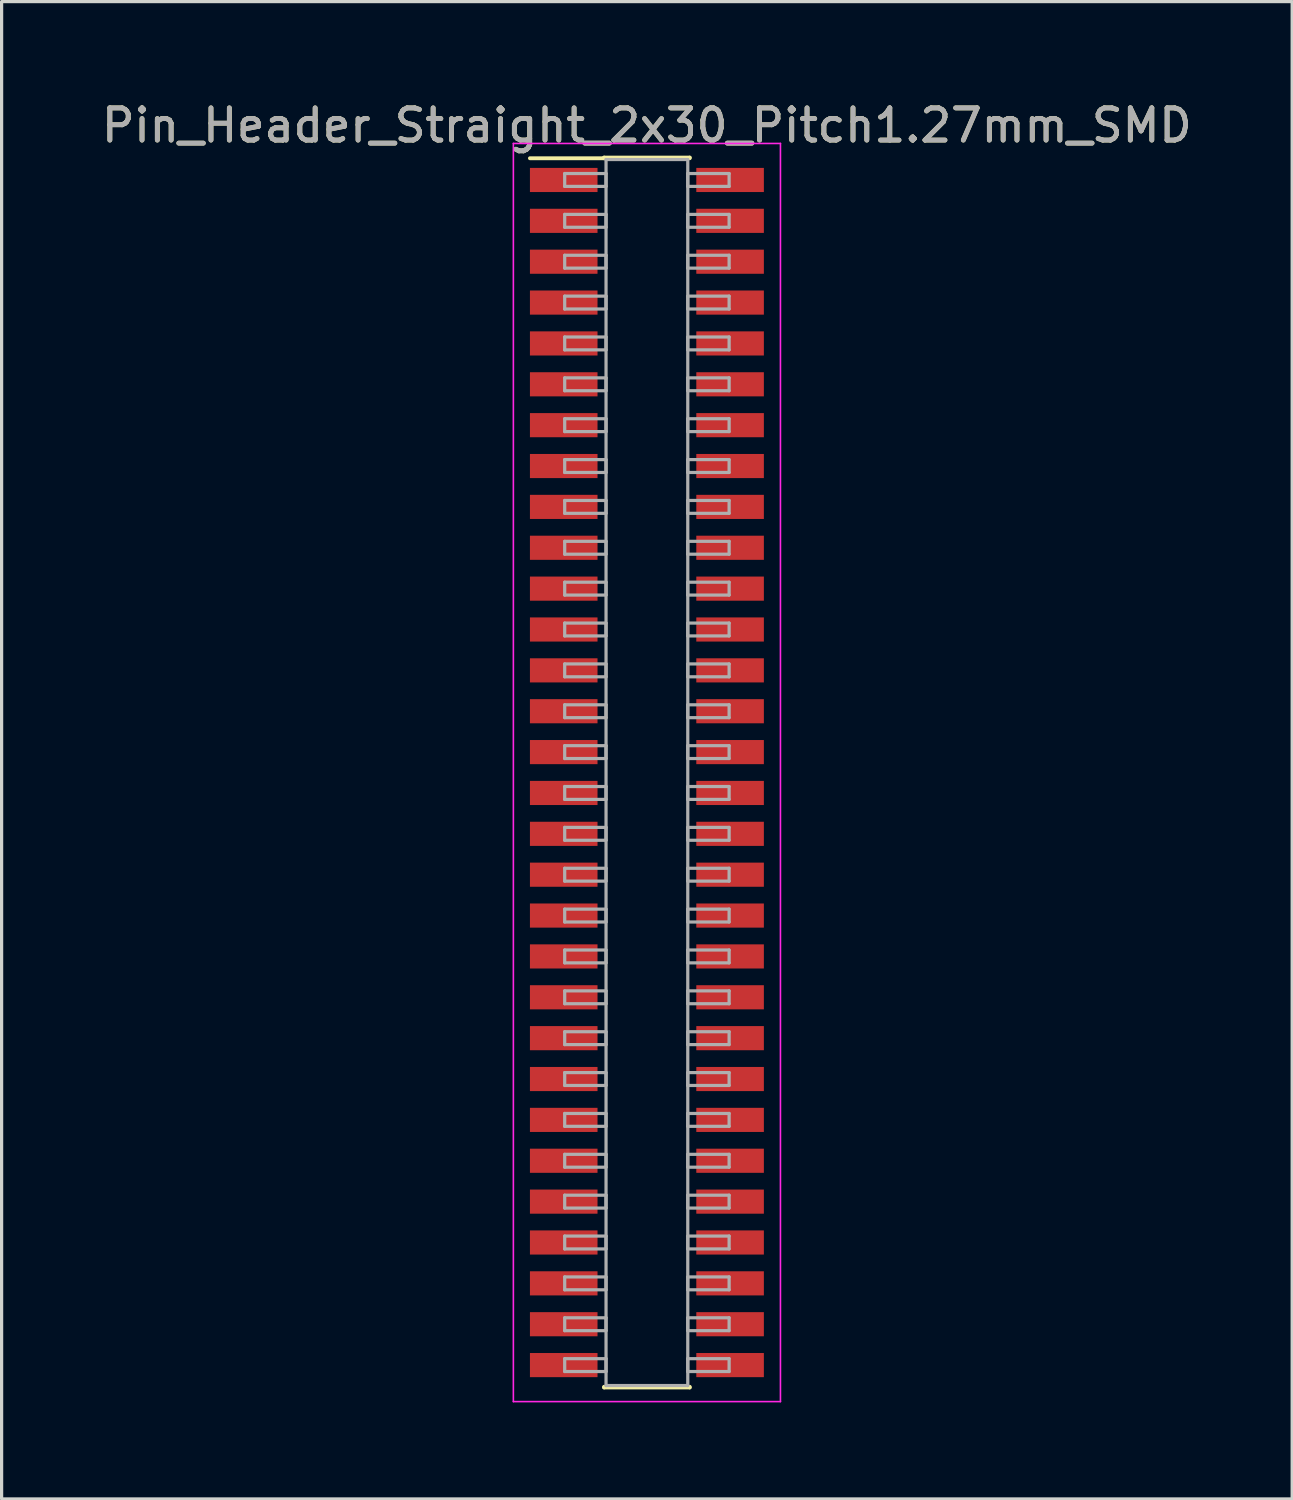
<source format=kicad_pcb>
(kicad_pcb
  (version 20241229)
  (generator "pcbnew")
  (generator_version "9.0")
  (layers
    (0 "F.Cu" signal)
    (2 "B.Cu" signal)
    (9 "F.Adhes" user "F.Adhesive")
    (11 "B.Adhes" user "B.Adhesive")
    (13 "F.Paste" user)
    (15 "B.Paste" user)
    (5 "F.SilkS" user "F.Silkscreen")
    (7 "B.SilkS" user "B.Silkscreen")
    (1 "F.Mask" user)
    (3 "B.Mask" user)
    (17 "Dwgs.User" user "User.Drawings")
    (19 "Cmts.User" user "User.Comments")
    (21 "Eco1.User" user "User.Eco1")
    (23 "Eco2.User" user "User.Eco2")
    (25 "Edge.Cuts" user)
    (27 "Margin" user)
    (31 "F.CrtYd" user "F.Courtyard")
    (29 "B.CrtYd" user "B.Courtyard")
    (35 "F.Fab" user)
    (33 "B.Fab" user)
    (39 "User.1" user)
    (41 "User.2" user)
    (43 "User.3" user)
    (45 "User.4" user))
  (footprint "Pin_Header_Straight_2x30_Pitch1.27mm_SMD"
    (layer "F.Cu")
    (at 17.054 20.958)
    (property "Reference" "Pin_Header_Straight_2x30_Pitch1.27mm_SMD" (at 0 -20.11 0) (layer "F.SilkS") (effects (font (size 1 1) (thickness 0.15))))
    (attr smd)
    (fp_line (start -3.635 -19.09) (end -1.33 -19.09) (stroke (width 0.12) (type solid)) (layer "F.SilkS"))
    (fp_line (start -1.33 -19.11) (end 1.33 -19.11) (stroke (width 0.12) (type solid)) (layer "F.SilkS"))
    (fp_line (start -1.33 -19.09) (end -1.33 -19.11) (stroke (width 0.12) (type solid)) (layer "F.SilkS"))
    (fp_line (start -1.33 19.09) (end -1.33 19.11) (stroke (width 0.12) (type solid)) (layer "F.SilkS"))
    (fp_line (start -1.33 19.11) (end 1.33 19.11) (stroke (width 0.12) (type solid)) (layer "F.SilkS"))
    (fp_line (start 1.33 -19.11) (end 1.33 -19.09) (stroke (width 0.12) (type solid)) (layer "F.SilkS"))
    (fp_line (start 1.33 19.11) (end 1.33 19.09) (stroke (width 0.12) (type solid)) (layer "F.SilkS"))
    (fp_line (start -4.15 -19.55) (end -4.15 19.55) (stroke (width 0.05) (type solid)) (layer "F.CrtYd"))
    (fp_line (start -4.15 19.55) (end 4.15 19.55) (stroke (width 0.05) (type solid)) (layer "F.CrtYd"))
    (fp_line (start 4.15 -19.55) (end -4.15 -19.55) (stroke (width 0.05) (type solid)) (layer "F.CrtYd"))
    (fp_line (start 4.15 19.55) (end 4.15 -19.55) (stroke (width 0.05) (type solid)) (layer "F.CrtYd"))
    (fp_line (start -2.555 -18.615) (end -1.27 -18.615) (stroke (width 0.1) (type solid)) (layer "F.Fab"))
    (fp_line (start -2.555 -18.215) (end -2.555 -18.615) (stroke (width 0.1) (type solid)) (layer "F.Fab"))
    (fp_line (start -2.555 -17.345) (end -1.27 -17.345) (stroke (width 0.1) (type solid)) (layer "F.Fab"))
    (fp_line (start -2.555 -16.945) (end -2.555 -17.345) (stroke (width 0.1) (type solid)) (layer "F.Fab"))
    (fp_line (start -2.555 -16.075) (end -1.27 -16.075) (stroke (width 0.1) (type solid)) (layer "F.Fab"))
    (fp_line (start -2.555 -15.675) (end -2.555 -16.075) (stroke (width 0.1) (type solid)) (layer "F.Fab"))
    (fp_line (start -2.555 -14.805) (end -1.27 -14.805) (stroke (width 0.1) (type solid)) (layer "F.Fab"))
    (fp_line (start -2.555 -14.405) (end -2.555 -14.805) (stroke (width 0.1) (type solid)) (layer "F.Fab"))
    (fp_line (start -2.555 -13.535) (end -1.27 -13.535) (stroke (width 0.1) (type solid)) (layer "F.Fab"))
    (fp_line (start -2.555 -13.135) (end -2.555 -13.535) (stroke (width 0.1) (type solid)) (layer "F.Fab"))
    (fp_line (start -2.555 -12.265) (end -1.27 -12.265) (stroke (width 0.1) (type solid)) (layer "F.Fab"))
    (fp_line (start -2.555 -11.865) (end -2.555 -12.265) (stroke (width 0.1) (type solid)) (layer "F.Fab"))
    (fp_line (start -2.555 -10.995) (end -1.27 -10.995) (stroke (width 0.1) (type solid)) (layer "F.Fab"))
    (fp_line (start -2.555 -10.595) (end -2.555 -10.995) (stroke (width 0.1) (type solid)) (layer "F.Fab"))
    (fp_line (start -2.555 -9.725) (end -1.27 -9.725) (stroke (width 0.1) (type solid)) (layer "F.Fab"))
    (fp_line (start -2.555 -9.325) (end -2.555 -9.725) (stroke (width 0.1) (type solid)) (layer "F.Fab"))
    (fp_line (start -2.555 -8.455) (end -1.27 -8.455) (stroke (width 0.1) (type solid)) (layer "F.Fab"))
    (fp_line (start -2.555 -8.055) (end -2.555 -8.455) (stroke (width 0.1) (type solid)) (layer "F.Fab"))
    (fp_line (start -2.555 -7.185) (end -1.27 -7.185) (stroke (width 0.1) (type solid)) (layer "F.Fab"))
    (fp_line (start -2.555 -6.785) (end -2.555 -7.185) (stroke (width 0.1) (type solid)) (layer "F.Fab"))
    (fp_line (start -2.555 -5.915) (end -1.27 -5.915) (stroke (width 0.1) (type solid)) (layer "F.Fab"))
    (fp_line (start -2.555 -5.515) (end -2.555 -5.915) (stroke (width 0.1) (type solid)) (layer "F.Fab"))
    (fp_line (start -2.555 -4.645) (end -1.27 -4.645) (stroke (width 0.1) (type solid)) (layer "F.Fab"))
    (fp_line (start -2.555 -4.245) (end -2.555 -4.645) (stroke (width 0.1) (type solid)) (layer "F.Fab"))
    (fp_line (start -2.555 -3.375) (end -1.27 -3.375) (stroke (width 0.1) (type solid)) (layer "F.Fab"))
    (fp_line (start -2.555 -2.975) (end -2.555 -3.375) (stroke (width 0.1) (type solid)) (layer "F.Fab"))
    (fp_line (start -2.555 -2.105) (end -1.27 -2.105) (stroke (width 0.1) (type solid)) (layer "F.Fab"))
    (fp_line (start -2.555 -1.705) (end -2.555 -2.105) (stroke (width 0.1) (type solid)) (layer "F.Fab"))
    (fp_line (start -2.555 -0.835) (end -1.27 -0.835) (stroke (width 0.1) (type solid)) (layer "F.Fab"))
    (fp_line (start -2.555 -0.435) (end -2.555 -0.835) (stroke (width 0.1) (type solid)) (layer "F.Fab"))
    (fp_line (start -2.555 0.435) (end -1.27 0.435) (stroke (width 0.1) (type solid)) (layer "F.Fab"))
    (fp_line (start -2.555 0.835) (end -2.555 0.435) (stroke (width 0.1) (type solid)) (layer "F.Fab"))
    (fp_line (start -2.555 1.705) (end -1.27 1.705) (stroke (width 0.1) (type solid)) (layer "F.Fab"))
    (fp_line (start -2.555 2.105) (end -2.555 1.705) (stroke (width 0.1) (type solid)) (layer "F.Fab"))
    (fp_line (start -2.555 2.975) (end -1.27 2.975) (stroke (width 0.1) (type solid)) (layer "F.Fab"))
    (fp_line (start -2.555 3.375) (end -2.555 2.975) (stroke (width 0.1) (type solid)) (layer "F.Fab"))
    (fp_line (start -2.555 4.245) (end -1.27 4.245) (stroke (width 0.1) (type solid)) (layer "F.Fab"))
    (fp_line (start -2.555 4.645) (end -2.555 4.245) (stroke (width 0.1) (type solid)) (layer "F.Fab"))
    (fp_line (start -2.555 5.515) (end -1.27 5.515) (stroke (width 0.1) (type solid)) (layer "F.Fab"))
    (fp_line (start -2.555 5.915) (end -2.555 5.515) (stroke (width 0.1) (type solid)) (layer "F.Fab"))
    (fp_line (start -2.555 6.785) (end -1.27 6.785) (stroke (width 0.1) (type solid)) (layer "F.Fab"))
    (fp_line (start -2.555 7.185) (end -2.555 6.785) (stroke (width 0.1) (type solid)) (layer "F.Fab"))
    (fp_line (start -2.555 8.055) (end -1.27 8.055) (stroke (width 0.1) (type solid)) (layer "F.Fab"))
    (fp_line (start -2.555 8.455) (end -2.555 8.055) (stroke (width 0.1) (type solid)) (layer "F.Fab"))
    (fp_line (start -2.555 9.325) (end -1.27 9.325) (stroke (width 0.1) (type solid)) (layer "F.Fab"))
    (fp_line (start -2.555 9.725) (end -2.555 9.325) (stroke (width 0.1) (type solid)) (layer "F.Fab"))
    (fp_line (start -2.555 10.595) (end -1.27 10.595) (stroke (width 0.1) (type solid)) (layer "F.Fab"))
    (fp_line (start -2.555 10.995) (end -2.555 10.595) (stroke (width 0.1) (type solid)) (layer "F.Fab"))
    (fp_line (start -2.555 11.865) (end -1.27 11.865) (stroke (width 0.1) (type solid)) (layer "F.Fab"))
    (fp_line (start -2.555 12.265) (end -2.555 11.865) (stroke (width 0.1) (type solid)) (layer "F.Fab"))
    (fp_line (start -2.555 13.135) (end -1.27 13.135) (stroke (width 0.1) (type solid)) (layer "F.Fab"))
    (fp_line (start -2.555 13.535) (end -2.555 13.135) (stroke (width 0.1) (type solid)) (layer "F.Fab"))
    (fp_line (start -2.555 14.405) (end -1.27 14.405) (stroke (width 0.1) (type solid)) (layer "F.Fab"))
    (fp_line (start -2.555 14.805) (end -2.555 14.405) (stroke (width 0.1) (type solid)) (layer "F.Fab"))
    (fp_line (start -2.555 15.675) (end -1.27 15.675) (stroke (width 0.1) (type solid)) (layer "F.Fab"))
    (fp_line (start -2.555 16.075) (end -2.555 15.675) (stroke (width 0.1) (type solid)) (layer "F.Fab"))
    (fp_line (start -2.555 16.945) (end -1.27 16.945) (stroke (width 0.1) (type solid)) (layer "F.Fab"))
    (fp_line (start -2.555 17.345) (end -2.555 16.945) (stroke (width 0.1) (type solid)) (layer "F.Fab"))
    (fp_line (start -2.555 18.215) (end -1.27 18.215) (stroke (width 0.1) (type solid)) (layer "F.Fab"))
    (fp_line (start -2.555 18.615) (end -2.555 18.215) (stroke (width 0.1) (type solid)) (layer "F.Fab"))
    (fp_line (start -1.27 -19.05) (end -1.27 19.05) (stroke (width 0.1) (type solid)) (layer "F.Fab"))
    (fp_line (start -1.27 -18.615) (end -1.27 -18.215) (stroke (width 0.1) (type solid)) (layer "F.Fab"))
    (fp_line (start -1.27 -18.215) (end -2.555 -18.215) (stroke (width 0.1) (type solid)) (layer "F.Fab"))
    (fp_line (start -1.27 -17.345) (end -1.27 -16.945) (stroke (width 0.1) (type solid)) (layer "F.Fab"))
    (fp_line (start -1.27 -16.945) (end -2.555 -16.945) (stroke (width 0.1) (type solid)) (layer "F.Fab"))
    (fp_line (start -1.27 -16.075) (end -1.27 -15.675) (stroke (width 0.1) (type solid)) (layer "F.Fab"))
    (fp_line (start -1.27 -15.675) (end -2.555 -15.675) (stroke (width 0.1) (type solid)) (layer "F.Fab"))
    (fp_line (start -1.27 -14.805) (end -1.27 -14.405) (stroke (width 0.1) (type solid)) (layer "F.Fab"))
    (fp_line (start -1.27 -14.405) (end -2.555 -14.405) (stroke (width 0.1) (type solid)) (layer "F.Fab"))
    (fp_line (start -1.27 -13.535) (end -1.27 -13.135) (stroke (width 0.1) (type solid)) (layer "F.Fab"))
    (fp_line (start -1.27 -13.135) (end -2.555 -13.135) (stroke (width 0.1) (type solid)) (layer "F.Fab"))
    (fp_line (start -1.27 -12.265) (end -1.27 -11.865) (stroke (width 0.1) (type solid)) (layer "F.Fab"))
    (fp_line (start -1.27 -11.865) (end -2.555 -11.865) (stroke (width 0.1) (type solid)) (layer "F.Fab"))
    (fp_line (start -1.27 -10.995) (end -1.27 -10.595) (stroke (width 0.1) (type solid)) (layer "F.Fab"))
    (fp_line (start -1.27 -10.595) (end -2.555 -10.595) (stroke (width 0.1) (type solid)) (layer "F.Fab"))
    (fp_line (start -1.27 -9.725) (end -1.27 -9.325) (stroke (width 0.1) (type solid)) (layer "F.Fab"))
    (fp_line (start -1.27 -9.325) (end -2.555 -9.325) (stroke (width 0.1) (type solid)) (layer "F.Fab"))
    (fp_line (start -1.27 -8.455) (end -1.27 -8.055) (stroke (width 0.1) (type solid)) (layer "F.Fab"))
    (fp_line (start -1.27 -8.055) (end -2.555 -8.055) (stroke (width 0.1) (type solid)) (layer "F.Fab"))
    (fp_line (start -1.27 -7.185) (end -1.27 -6.785) (stroke (width 0.1) (type solid)) (layer "F.Fab"))
    (fp_line (start -1.27 -6.785) (end -2.555 -6.785) (stroke (width 0.1) (type solid)) (layer "F.Fab"))
    (fp_line (start -1.27 -5.915) (end -1.27 -5.515) (stroke (width 0.1) (type solid)) (layer "F.Fab"))
    (fp_line (start -1.27 -5.515) (end -2.555 -5.515) (stroke (width 0.1) (type solid)) (layer "F.Fab"))
    (fp_line (start -1.27 -4.645) (end -1.27 -4.245) (stroke (width 0.1) (type solid)) (layer "F.Fab"))
    (fp_line (start -1.27 -4.245) (end -2.555 -4.245) (stroke (width 0.1) (type solid)) (layer "F.Fab"))
    (fp_line (start -1.27 -3.375) (end -1.27 -2.975) (stroke (width 0.1) (type solid)) (layer "F.Fab"))
    (fp_line (start -1.27 -2.975) (end -2.555 -2.975) (stroke (width 0.1) (type solid)) (layer "F.Fab"))
    (fp_line (start -1.27 -2.105) (end -1.27 -1.705) (stroke (width 0.1) (type solid)) (layer "F.Fab"))
    (fp_line (start -1.27 -1.705) (end -2.555 -1.705) (stroke (width 0.1) (type solid)) (layer "F.Fab"))
    (fp_line (start -1.27 -0.835) (end -1.27 -0.435) (stroke (width 0.1) (type solid)) (layer "F.Fab"))
    (fp_line (start -1.27 -0.435) (end -2.555 -0.435) (stroke (width 0.1) (type solid)) (layer "F.Fab"))
    (fp_line (start -1.27 0.435) (end -1.27 0.835) (stroke (width 0.1) (type solid)) (layer "F.Fab"))
    (fp_line (start -1.27 0.835) (end -2.555 0.835) (stroke (width 0.1) (type solid)) (layer "F.Fab"))
    (fp_line (start -1.27 1.705) (end -1.27 2.105) (stroke (width 0.1) (type solid)) (layer "F.Fab"))
    (fp_line (start -1.27 2.105) (end -2.555 2.105) (stroke (width 0.1) (type solid)) (layer "F.Fab"))
    (fp_line (start -1.27 2.975) (end -1.27 3.375) (stroke (width 0.1) (type solid)) (layer "F.Fab"))
    (fp_line (start -1.27 3.375) (end -2.555 3.375) (stroke (width 0.1) (type solid)) (layer "F.Fab"))
    (fp_line (start -1.27 4.245) (end -1.27 4.645) (stroke (width 0.1) (type solid)) (layer "F.Fab"))
    (fp_line (start -1.27 4.645) (end -2.555 4.645) (stroke (width 0.1) (type solid)) (layer "F.Fab"))
    (fp_line (start -1.27 5.515) (end -1.27 5.915) (stroke (width 0.1) (type solid)) (layer "F.Fab"))
    (fp_line (start -1.27 5.915) (end -2.555 5.915) (stroke (width 0.1) (type solid)) (layer "F.Fab"))
    (fp_line (start -1.27 6.785) (end -1.27 7.185) (stroke (width 0.1) (type solid)) (layer "F.Fab"))
    (fp_line (start -1.27 7.185) (end -2.555 7.185) (stroke (width 0.1) (type solid)) (layer "F.Fab"))
    (fp_line (start -1.27 8.055) (end -1.27 8.455) (stroke (width 0.1) (type solid)) (layer "F.Fab"))
    (fp_line (start -1.27 8.455) (end -2.555 8.455) (stroke (width 0.1) (type solid)) (layer "F.Fab"))
    (fp_line (start -1.27 9.325) (end -1.27 9.725) (stroke (width 0.1) (type solid)) (layer "F.Fab"))
    (fp_line (start -1.27 9.725) (end -2.555 9.725) (stroke (width 0.1) (type solid)) (layer "F.Fab"))
    (fp_line (start -1.27 10.595) (end -1.27 10.995) (stroke (width 0.1) (type solid)) (layer "F.Fab"))
    (fp_line (start -1.27 10.995) (end -2.555 10.995) (stroke (width 0.1) (type solid)) (layer "F.Fab"))
    (fp_line (start -1.27 11.865) (end -1.27 12.265) (stroke (width 0.1) (type solid)) (layer "F.Fab"))
    (fp_line (start -1.27 12.265) (end -2.555 12.265) (stroke (width 0.1) (type solid)) (layer "F.Fab"))
    (fp_line (start -1.27 13.135) (end -1.27 13.535) (stroke (width 0.1) (type solid)) (layer "F.Fab"))
    (fp_line (start -1.27 13.535) (end -2.555 13.535) (stroke (width 0.1) (type solid)) (layer "F.Fab"))
    (fp_line (start -1.27 14.405) (end -1.27 14.805) (stroke (width 0.1) (type solid)) (layer "F.Fab"))
    (fp_line (start -1.27 14.805) (end -2.555 14.805) (stroke (width 0.1) (type solid)) (layer "F.Fab"))
    (fp_line (start -1.27 15.675) (end -1.27 16.075) (stroke (width 0.1) (type solid)) (layer "F.Fab"))
    (fp_line (start -1.27 16.075) (end -2.555 16.075) (stroke (width 0.1) (type solid)) (layer "F.Fab"))
    (fp_line (start -1.27 16.945) (end -1.27 17.345) (stroke (width 0.1) (type solid)) (layer "F.Fab"))
    (fp_line (start -1.27 17.345) (end -2.555 17.345) (stroke (width 0.1) (type solid)) (layer "F.Fab"))
    (fp_line (start -1.27 18.215) (end -1.27 18.615) (stroke (width 0.1) (type solid)) (layer "F.Fab"))
    (fp_line (start -1.27 18.615) (end -2.555 18.615) (stroke (width 0.1) (type solid)) (layer "F.Fab"))
    (fp_line (start -1.27 19.05) (end 1.27 19.05) (stroke (width 0.1) (type solid)) (layer "F.Fab"))
    (fp_line (start 1.27 -19.05) (end -1.27 -19.05) (stroke (width 0.1) (type solid)) (layer "F.Fab"))
    (fp_line (start 1.27 -18.615) (end 1.27 -18.215) (stroke (width 0.1) (type solid)) (layer "F.Fab"))
    (fp_line (start 1.27 -18.215) (end 2.555 -18.215) (stroke (width 0.1) (type solid)) (layer "F.Fab"))
    (fp_line (start 1.27 -17.345) (end 1.27 -16.945) (stroke (width 0.1) (type solid)) (layer "F.Fab"))
    (fp_line (start 1.27 -16.945) (end 2.555 -16.945) (stroke (width 0.1) (type solid)) (layer "F.Fab"))
    (fp_line (start 1.27 -16.075) (end 1.27 -15.675) (stroke (width 0.1) (type solid)) (layer "F.Fab"))
    (fp_line (start 1.27 -15.675) (end 2.555 -15.675) (stroke (width 0.1) (type solid)) (layer "F.Fab"))
    (fp_line (start 1.27 -14.805) (end 1.27 -14.405) (stroke (width 0.1) (type solid)) (layer "F.Fab"))
    (fp_line (start 1.27 -14.405) (end 2.555 -14.405) (stroke (width 0.1) (type solid)) (layer "F.Fab"))
    (fp_line (start 1.27 -13.535) (end 1.27 -13.135) (stroke (width 0.1) (type solid)) (layer "F.Fab"))
    (fp_line (start 1.27 -13.135) (end 2.555 -13.135) (stroke (width 0.1) (type solid)) (layer "F.Fab"))
    (fp_line (start 1.27 -12.265) (end 1.27 -11.865) (stroke (width 0.1) (type solid)) (layer "F.Fab"))
    (fp_line (start 1.27 -11.865) (end 2.555 -11.865) (stroke (width 0.1) (type solid)) (layer "F.Fab"))
    (fp_line (start 1.27 -10.995) (end 1.27 -10.595) (stroke (width 0.1) (type solid)) (layer "F.Fab"))
    (fp_line (start 1.27 -10.595) (end 2.555 -10.595) (stroke (width 0.1) (type solid)) (layer "F.Fab"))
    (fp_line (start 1.27 -9.725) (end 1.27 -9.325) (stroke (width 0.1) (type solid)) (layer "F.Fab"))
    (fp_line (start 1.27 -9.325) (end 2.555 -9.325) (stroke (width 0.1) (type solid)) (layer "F.Fab"))
    (fp_line (start 1.27 -8.455) (end 1.27 -8.055) (stroke (width 0.1) (type solid)) (layer "F.Fab"))
    (fp_line (start 1.27 -8.055) (end 2.555 -8.055) (stroke (width 0.1) (type solid)) (layer "F.Fab"))
    (fp_line (start 1.27 -7.185) (end 1.27 -6.785) (stroke (width 0.1) (type solid)) (layer "F.Fab"))
    (fp_line (start 1.27 -6.785) (end 2.555 -6.785) (stroke (width 0.1) (type solid)) (layer "F.Fab"))
    (fp_line (start 1.27 -5.915) (end 1.27 -5.515) (stroke (width 0.1) (type solid)) (layer "F.Fab"))
    (fp_line (start 1.27 -5.515) (end 2.555 -5.515) (stroke (width 0.1) (type solid)) (layer "F.Fab"))
    (fp_line (start 1.27 -4.645) (end 1.27 -4.245) (stroke (width 0.1) (type solid)) (layer "F.Fab"))
    (fp_line (start 1.27 -4.245) (end 2.555 -4.245) (stroke (width 0.1) (type solid)) (layer "F.Fab"))
    (fp_line (start 1.27 -3.375) (end 1.27 -2.975) (stroke (width 0.1) (type solid)) (layer "F.Fab"))
    (fp_line (start 1.27 -2.975) (end 2.555 -2.975) (stroke (width 0.1) (type solid)) (layer "F.Fab"))
    (fp_line (start 1.27 -2.105) (end 1.27 -1.705) (stroke (width 0.1) (type solid)) (layer "F.Fab"))
    (fp_line (start 1.27 -1.705) (end 2.555 -1.705) (stroke (width 0.1) (type solid)) (layer "F.Fab"))
    (fp_line (start 1.27 -0.835) (end 1.27 -0.435) (stroke (width 0.1) (type solid)) (layer "F.Fab"))
    (fp_line (start 1.27 -0.435) (end 2.555 -0.435) (stroke (width 0.1) (type solid)) (layer "F.Fab"))
    (fp_line (start 1.27 0.435) (end 1.27 0.835) (stroke (width 0.1) (type solid)) (layer "F.Fab"))
    (fp_line (start 1.27 0.835) (end 2.555 0.835) (stroke (width 0.1) (type solid)) (layer "F.Fab"))
    (fp_line (start 1.27 1.705) (end 1.27 2.105) (stroke (width 0.1) (type solid)) (layer "F.Fab"))
    (fp_line (start 1.27 2.105) (end 2.555 2.105) (stroke (width 0.1) (type solid)) (layer "F.Fab"))
    (fp_line (start 1.27 2.975) (end 1.27 3.375) (stroke (width 0.1) (type solid)) (layer "F.Fab"))
    (fp_line (start 1.27 3.375) (end 2.555 3.375) (stroke (width 0.1) (type solid)) (layer "F.Fab"))
    (fp_line (start 1.27 4.245) (end 1.27 4.645) (stroke (width 0.1) (type solid)) (layer "F.Fab"))
    (fp_line (start 1.27 4.645) (end 2.555 4.645) (stroke (width 0.1) (type solid)) (layer "F.Fab"))
    (fp_line (start 1.27 5.515) (end 1.27 5.915) (stroke (width 0.1) (type solid)) (layer "F.Fab"))
    (fp_line (start 1.27 5.915) (end 2.555 5.915) (stroke (width 0.1) (type solid)) (layer "F.Fab"))
    (fp_line (start 1.27 6.785) (end 1.27 7.185) (stroke (width 0.1) (type solid)) (layer "F.Fab"))
    (fp_line (start 1.27 7.185) (end 2.555 7.185) (stroke (width 0.1) (type solid)) (layer "F.Fab"))
    (fp_line (start 1.27 8.055) (end 1.27 8.455) (stroke (width 0.1) (type solid)) (layer "F.Fab"))
    (fp_line (start 1.27 8.455) (end 2.555 8.455) (stroke (width 0.1) (type solid)) (layer "F.Fab"))
    (fp_line (start 1.27 9.325) (end 1.27 9.725) (stroke (width 0.1) (type solid)) (layer "F.Fab"))
    (fp_line (start 1.27 9.725) (end 2.555 9.725) (stroke (width 0.1) (type solid)) (layer "F.Fab"))
    (fp_line (start 1.27 10.595) (end 1.27 10.995) (stroke (width 0.1) (type solid)) (layer "F.Fab"))
    (fp_line (start 1.27 10.995) (end 2.555 10.995) (stroke (width 0.1) (type solid)) (layer "F.Fab"))
    (fp_line (start 1.27 11.865) (end 1.27 12.265) (stroke (width 0.1) (type solid)) (layer "F.Fab"))
    (fp_line (start 1.27 12.265) (end 2.555 12.265) (stroke (width 0.1) (type solid)) (layer "F.Fab"))
    (fp_line (start 1.27 13.135) (end 1.27 13.535) (stroke (width 0.1) (type solid)) (layer "F.Fab"))
    (fp_line (start 1.27 13.535) (end 2.555 13.535) (stroke (width 0.1) (type solid)) (layer "F.Fab"))
    (fp_line (start 1.27 14.405) (end 1.27 14.805) (stroke (width 0.1) (type solid)) (layer "F.Fab"))
    (fp_line (start 1.27 14.805) (end 2.555 14.805) (stroke (width 0.1) (type solid)) (layer "F.Fab"))
    (fp_line (start 1.27 15.675) (end 1.27 16.075) (stroke (width 0.1) (type solid)) (layer "F.Fab"))
    (fp_line (start 1.27 16.075) (end 2.555 16.075) (stroke (width 0.1) (type solid)) (layer "F.Fab"))
    (fp_line (start 1.27 16.945) (end 1.27 17.345) (stroke (width 0.1) (type solid)) (layer "F.Fab"))
    (fp_line (start 1.27 17.345) (end 2.555 17.345) (stroke (width 0.1) (type solid)) (layer "F.Fab"))
    (fp_line (start 1.27 18.215) (end 1.27 18.615) (stroke (width 0.1) (type solid)) (layer "F.Fab"))
    (fp_line (start 1.27 18.615) (end 2.555 18.615) (stroke (width 0.1) (type solid)) (layer "F.Fab"))
    (fp_line (start 1.27 19.05) (end 1.27 -19.05) (stroke (width 0.1) (type solid)) (layer "F.Fab"))
    (fp_line (start 2.555 -18.615) (end 1.27 -18.615) (stroke (width 0.1) (type solid)) (layer "F.Fab"))
    (fp_line (start 2.555 -18.215) (end 2.555 -18.615) (stroke (width 0.1) (type solid)) (layer "F.Fab"))
    (fp_line (start 2.555 -17.345) (end 1.27 -17.345) (stroke (width 0.1) (type solid)) (layer "F.Fab"))
    (fp_line (start 2.555 -16.945) (end 2.555 -17.345) (stroke (width 0.1) (type solid)) (layer "F.Fab"))
    (fp_line (start 2.555 -16.075) (end 1.27 -16.075) (stroke (width 0.1) (type solid)) (layer "F.Fab"))
    (fp_line (start 2.555 -15.675) (end 2.555 -16.075) (stroke (width 0.1) (type solid)) (layer "F.Fab"))
    (fp_line (start 2.555 -14.805) (end 1.27 -14.805) (stroke (width 0.1) (type solid)) (layer "F.Fab"))
    (fp_line (start 2.555 -14.405) (end 2.555 -14.805) (stroke (width 0.1) (type solid)) (layer "F.Fab"))
    (fp_line (start 2.555 -13.535) (end 1.27 -13.535) (stroke (width 0.1) (type solid)) (layer "F.Fab"))
    (fp_line (start 2.555 -13.135) (end 2.555 -13.535) (stroke (width 0.1) (type solid)) (layer "F.Fab"))
    (fp_line (start 2.555 -12.265) (end 1.27 -12.265) (stroke (width 0.1) (type solid)) (layer "F.Fab"))
    (fp_line (start 2.555 -11.865) (end 2.555 -12.265) (stroke (width 0.1) (type solid)) (layer "F.Fab"))
    (fp_line (start 2.555 -10.995) (end 1.27 -10.995) (stroke (width 0.1) (type solid)) (layer "F.Fab"))
    (fp_line (start 2.555 -10.595) (end 2.555 -10.995) (stroke (width 0.1) (type solid)) (layer "F.Fab"))
    (fp_line (start 2.555 -9.725) (end 1.27 -9.725) (stroke (width 0.1) (type solid)) (layer "F.Fab"))
    (fp_line (start 2.555 -9.325) (end 2.555 -9.725) (stroke (width 0.1) (type solid)) (layer "F.Fab"))
    (fp_line (start 2.555 -8.455) (end 1.27 -8.455) (stroke (width 0.1) (type solid)) (layer "F.Fab"))
    (fp_line (start 2.555 -8.055) (end 2.555 -8.455) (stroke (width 0.1) (type solid)) (layer "F.Fab"))
    (fp_line (start 2.555 -7.185) (end 1.27 -7.185) (stroke (width 0.1) (type solid)) (layer "F.Fab"))
    (fp_line (start 2.555 -6.785) (end 2.555 -7.185) (stroke (width 0.1) (type solid)) (layer "F.Fab"))
    (fp_line (start 2.555 -5.915) (end 1.27 -5.915) (stroke (width 0.1) (type solid)) (layer "F.Fab"))
    (fp_line (start 2.555 -5.515) (end 2.555 -5.915) (stroke (width 0.1) (type solid)) (layer "F.Fab"))
    (fp_line (start 2.555 -4.645) (end 1.27 -4.645) (stroke (width 0.1) (type solid)) (layer "F.Fab"))
    (fp_line (start 2.555 -4.245) (end 2.555 -4.645) (stroke (width 0.1) (type solid)) (layer "F.Fab"))
    (fp_line (start 2.555 -3.375) (end 1.27 -3.375) (stroke (width 0.1) (type solid)) (layer "F.Fab"))
    (fp_line (start 2.555 -2.975) (end 2.555 -3.375) (stroke (width 0.1) (type solid)) (layer "F.Fab"))
    (fp_line (start 2.555 -2.105) (end 1.27 -2.105) (stroke (width 0.1) (type solid)) (layer "F.Fab"))
    (fp_line (start 2.555 -1.705) (end 2.555 -2.105) (stroke (width 0.1) (type solid)) (layer "F.Fab"))
    (fp_line (start 2.555 -0.835) (end 1.27 -0.835) (stroke (width 0.1) (type solid)) (layer "F.Fab"))
    (fp_line (start 2.555 -0.435) (end 2.555 -0.835) (stroke (width 0.1) (type solid)) (layer "F.Fab"))
    (fp_line (start 2.555 0.435) (end 1.27 0.435) (stroke (width 0.1) (type solid)) (layer "F.Fab"))
    (fp_line (start 2.555 0.835) (end 2.555 0.435) (stroke (width 0.1) (type solid)) (layer "F.Fab"))
    (fp_line (start 2.555 1.705) (end 1.27 1.705) (stroke (width 0.1) (type solid)) (layer "F.Fab"))
    (fp_line (start 2.555 2.105) (end 2.555 1.705) (stroke (width 0.1) (type solid)) (layer "F.Fab"))
    (fp_line (start 2.555 2.975) (end 1.27 2.975) (stroke (width 0.1) (type solid)) (layer "F.Fab"))
    (fp_line (start 2.555 3.375) (end 2.555 2.975) (stroke (width 0.1) (type solid)) (layer "F.Fab"))
    (fp_line (start 2.555 4.245) (end 1.27 4.245) (stroke (width 0.1) (type solid)) (layer "F.Fab"))
    (fp_line (start 2.555 4.645) (end 2.555 4.245) (stroke (width 0.1) (type solid)) (layer "F.Fab"))
    (fp_line (start 2.555 5.515) (end 1.27 5.515) (stroke (width 0.1) (type solid)) (layer "F.Fab"))
    (fp_line (start 2.555 5.915) (end 2.555 5.515) (stroke (width 0.1) (type solid)) (layer "F.Fab"))
    (fp_line (start 2.555 6.785) (end 1.27 6.785) (stroke (width 0.1) (type solid)) (layer "F.Fab"))
    (fp_line (start 2.555 7.185) (end 2.555 6.785) (stroke (width 0.1) (type solid)) (layer "F.Fab"))
    (fp_line (start 2.555 8.055) (end 1.27 8.055) (stroke (width 0.1) (type solid)) (layer "F.Fab"))
    (fp_line (start 2.555 8.455) (end 2.555 8.055) (stroke (width 0.1) (type solid)) (layer "F.Fab"))
    (fp_line (start 2.555 9.325) (end 1.27 9.325) (stroke (width 0.1) (type solid)) (layer "F.Fab"))
    (fp_line (start 2.555 9.725) (end 2.555 9.325) (stroke (width 0.1) (type solid)) (layer "F.Fab"))
    (fp_line (start 2.555 10.595) (end 1.27 10.595) (stroke (width 0.1) (type solid)) (layer "F.Fab"))
    (fp_line (start 2.555 10.995) (end 2.555 10.595) (stroke (width 0.1) (type solid)) (layer "F.Fab"))
    (fp_line (start 2.555 11.865) (end 1.27 11.865) (stroke (width 0.1) (type solid)) (layer "F.Fab"))
    (fp_line (start 2.555 12.265) (end 2.555 11.865) (stroke (width 0.1) (type solid)) (layer "F.Fab"))
    (fp_line (start 2.555 13.135) (end 1.27 13.135) (stroke (width 0.1) (type solid)) (layer "F.Fab"))
    (fp_line (start 2.555 13.535) (end 2.555 13.135) (stroke (width 0.1) (type solid)) (layer "F.Fab"))
    (fp_line (start 2.555 14.405) (end 1.27 14.405) (stroke (width 0.1) (type solid)) (layer "F.Fab"))
    (fp_line (start 2.555 14.805) (end 2.555 14.405) (stroke (width 0.1) (type solid)) (layer "F.Fab"))
    (fp_line (start 2.555 15.675) (end 1.27 15.675) (stroke (width 0.1) (type solid)) (layer "F.Fab"))
    (fp_line (start 2.555 16.075) (end 2.555 15.675) (stroke (width 0.1) (type solid)) (layer "F.Fab"))
    (fp_line (start 2.555 16.945) (end 1.27 16.945) (stroke (width 0.1) (type solid)) (layer "F.Fab"))
    (fp_line (start 2.555 17.345) (end 2.555 16.945) (stroke (width 0.1) (type solid)) (layer "F.Fab"))
    (fp_line (start 2.555 18.215) (end 1.27 18.215) (stroke (width 0.1) (type solid)) (layer "F.Fab"))
    (fp_line (start 2.555 18.615) (end 2.555 18.215) (stroke (width 0.1) (type solid)) (layer "F.Fab"))
    (fp_text user "${REFERENCE}" (at 0 -20.11 0) (layer "F.Fab") (effects (font (size 1 1) (thickness 0.15))))
    (pad "1" smd rect (at -2.585 -18.415) (size 2.1 0.75) (layers "F.Cu" "F.Mask" "F.Paste"))
    (pad "2" smd rect (at 2.585 -18.415) (size 2.1 0.75) (layers "F.Cu" "F.Mask" "F.Paste"))
    (pad "3" smd rect (at -2.585 -17.145) (size 2.1 0.75) (layers "F.Cu" "F.Mask" "F.Paste"))
    (pad "4" smd rect (at 2.585 -17.145) (size 2.1 0.75) (layers "F.Cu" "F.Mask" "F.Paste"))
    (pad "5" smd rect (at -2.585 -15.875) (size 2.1 0.75) (layers "F.Cu" "F.Mask" "F.Paste"))
    (pad "6" smd rect (at 2.585 -15.875) (size 2.1 0.75) (layers "F.Cu" "F.Mask" "F.Paste"))
    (pad "7" smd rect (at -2.585 -14.605) (size 2.1 0.75) (layers "F.Cu" "F.Mask" "F.Paste"))
    (pad "8" smd rect (at 2.585 -14.605) (size 2.1 0.75) (layers "F.Cu" "F.Mask" "F.Paste"))
    (pad "9" smd rect (at -2.585 -13.335) (size 2.1 0.75) (layers "F.Cu" "F.Mask" "F.Paste"))
    (pad "10" smd rect (at 2.585 -13.335) (size 2.1 0.75) (layers "F.Cu" "F.Mask" "F.Paste"))
    (pad "11" smd rect (at -2.585 -12.065) (size 2.1 0.75) (layers "F.Cu" "F.Mask" "F.Paste"))
    (pad "12" smd rect (at 2.585 -12.065) (size 2.1 0.75) (layers "F.Cu" "F.Mask" "F.Paste"))
    (pad "13" smd rect (at -2.585 -10.795) (size 2.1 0.75) (layers "F.Cu" "F.Mask" "F.Paste"))
    (pad "14" smd rect (at 2.585 -10.795) (size 2.1 0.75) (layers "F.Cu" "F.Mask" "F.Paste"))
    (pad "15" smd rect (at -2.585 -9.525) (size 2.1 0.75) (layers "F.Cu" "F.Mask" "F.Paste"))
    (pad "16" smd rect (at 2.585 -9.525) (size 2.1 0.75) (layers "F.Cu" "F.Mask" "F.Paste"))
    (pad "17" smd rect (at -2.585 -8.255) (size 2.1 0.75) (layers "F.Cu" "F.Mask" "F.Paste"))
    (pad "18" smd rect (at 2.585 -8.255) (size 2.1 0.75) (layers "F.Cu" "F.Mask" "F.Paste"))
    (pad "19" smd rect (at -2.585 -6.985) (size 2.1 0.75) (layers "F.Cu" "F.Mask" "F.Paste"))
    (pad "20" smd rect (at 2.585 -6.985) (size 2.1 0.75) (layers "F.Cu" "F.Mask" "F.Paste"))
    (pad "21" smd rect (at -2.585 -5.715) (size 2.1 0.75) (layers "F.Cu" "F.Mask" "F.Paste"))
    (pad "22" smd rect (at 2.585 -5.715) (size 2.1 0.75) (layers "F.Cu" "F.Mask" "F.Paste"))
    (pad "23" smd rect (at -2.585 -4.445) (size 2.1 0.75) (layers "F.Cu" "F.Mask" "F.Paste"))
    (pad "24" smd rect (at 2.585 -4.445) (size 2.1 0.75) (layers "F.Cu" "F.Mask" "F.Paste"))
    (pad "25" smd rect (at -2.585 -3.175) (size 2.1 0.75) (layers "F.Cu" "F.Mask" "F.Paste"))
    (pad "26" smd rect (at 2.585 -3.175) (size 2.1 0.75) (layers "F.Cu" "F.Mask" "F.Paste"))
    (pad "27" smd rect (at -2.585 -1.905) (size 2.1 0.75) (layers "F.Cu" "F.Mask" "F.Paste"))
    (pad "28" smd rect (at 2.585 -1.905) (size 2.1 0.75) (layers "F.Cu" "F.Mask" "F.Paste"))
    (pad "29" smd rect (at -2.585 -0.635) (size 2.1 0.75) (layers "F.Cu" "F.Mask" "F.Paste"))
    (pad "30" smd rect (at 2.585 -0.635) (size 2.1 0.75) (layers "F.Cu" "F.Mask" "F.Paste"))
    (pad "31" smd rect (at -2.585 0.635) (size 2.1 0.75) (layers "F.Cu" "F.Mask" "F.Paste"))
    (pad "32" smd rect (at 2.585 0.635) (size 2.1 0.75) (layers "F.Cu" "F.Mask" "F.Paste"))
    (pad "33" smd rect (at -2.585 1.905) (size 2.1 0.75) (layers "F.Cu" "F.Mask" "F.Paste"))
    (pad "34" smd rect (at 2.585 1.905) (size 2.1 0.75) (layers "F.Cu" "F.Mask" "F.Paste"))
    (pad "35" smd rect (at -2.585 3.175) (size 2.1 0.75) (layers "F.Cu" "F.Mask" "F.Paste"))
    (pad "36" smd rect (at 2.585 3.175) (size 2.1 0.75) (layers "F.Cu" "F.Mask" "F.Paste"))
    (pad "37" smd rect (at -2.585 4.445) (size 2.1 0.75) (layers "F.Cu" "F.Mask" "F.Paste"))
    (pad "38" smd rect (at 2.585 4.445) (size 2.1 0.75) (layers "F.Cu" "F.Mask" "F.Paste"))
    (pad "39" smd rect (at -2.585 5.715) (size 2.1 0.75) (layers "F.Cu" "F.Mask" "F.Paste"))
    (pad "40" smd rect (at 2.585 5.715) (size 2.1 0.75) (layers "F.Cu" "F.Mask" "F.Paste"))
    (pad "41" smd rect (at -2.585 6.985) (size 2.1 0.75) (layers "F.Cu" "F.Mask" "F.Paste"))
    (pad "42" smd rect (at 2.585 6.985) (size 2.1 0.75) (layers "F.Cu" "F.Mask" "F.Paste"))
    (pad "43" smd rect (at -2.585 8.255) (size 2.1 0.75) (layers "F.Cu" "F.Mask" "F.Paste"))
    (pad "44" smd rect (at 2.585 8.255) (size 2.1 0.75) (layers "F.Cu" "F.Mask" "F.Paste"))
    (pad "45" smd rect (at -2.585 9.525) (size 2.1 0.75) (layers "F.Cu" "F.Mask" "F.Paste"))
    (pad "46" smd rect (at 2.585 9.525) (size 2.1 0.75) (layers "F.Cu" "F.Mask" "F.Paste"))
    (pad "47" smd rect (at -2.585 10.795) (size 2.1 0.75) (layers "F.Cu" "F.Mask" "F.Paste"))
    (pad "48" smd rect (at 2.585 10.795) (size 2.1 0.75) (layers "F.Cu" "F.Mask" "F.Paste"))
    (pad "49" smd rect (at -2.585 12.065) (size 2.1 0.75) (layers "F.Cu" "F.Mask" "F.Paste"))
    (pad "50" smd rect (at 2.585 12.065) (size 2.1 0.75) (layers "F.Cu" "F.Mask" "F.Paste"))
    (pad "51" smd rect (at -2.585 13.335) (size 2.1 0.75) (layers "F.Cu" "F.Mask" "F.Paste"))
    (pad "52" smd rect (at 2.585 13.335) (size 2.1 0.75) (layers "F.Cu" "F.Mask" "F.Paste"))
    (pad "53" smd rect (at -2.585 14.605) (size 2.1 0.75) (layers "F.Cu" "F.Mask" "F.Paste"))
    (pad "54" smd rect (at 2.585 14.605) (size 2.1 0.75) (layers "F.Cu" "F.Mask" "F.Paste"))
    (pad "55" smd rect (at -2.585 15.875) (size 2.1 0.75) (layers "F.Cu" "F.Mask" "F.Paste"))
    (pad "56" smd rect (at 2.585 15.875) (size 2.1 0.75) (layers "F.Cu" "F.Mask" "F.Paste"))
    (pad "57" smd rect (at -2.585 17.145) (size 2.1 0.75) (layers "F.Cu" "F.Mask" "F.Paste"))
    (pad "58" smd rect (at 2.585 17.145) (size 2.1 0.75) (layers "F.Cu" "F.Mask" "F.Paste"))
    (pad "59" smd rect (at -2.585 18.415) (size 2.1 0.75) (layers "F.Cu" "F.Mask" "F.Paste"))
    (pad "60" smd rect (at 2.585 18.415) (size 2.1 0.75) (layers "F.Cu" "F.Mask" "F.Paste")))
  (gr_rect
    (start -3 -3)
    (end 37.107 43.533)
    (stroke (width 0.1) (type default))
    (fill no)
    (layer "Edge.Cuts")))
</source>
